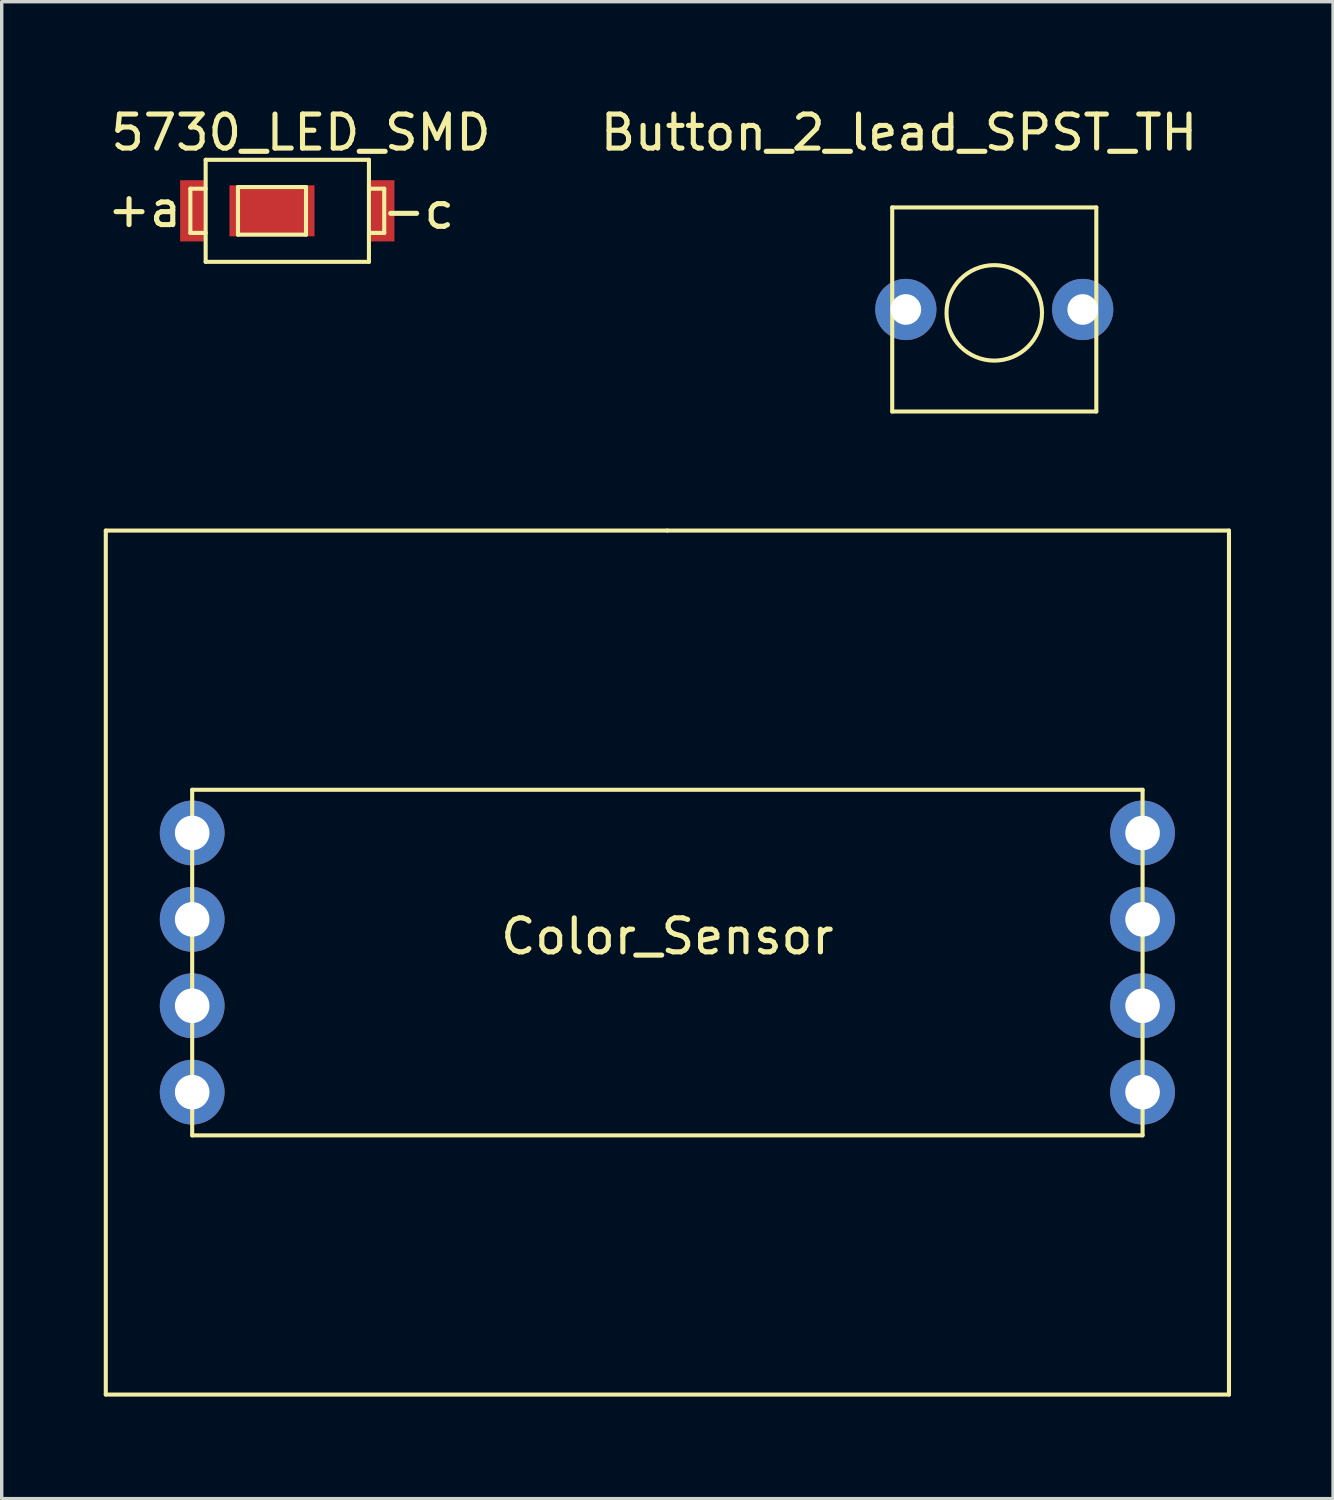
<source format=kicad_pcb>
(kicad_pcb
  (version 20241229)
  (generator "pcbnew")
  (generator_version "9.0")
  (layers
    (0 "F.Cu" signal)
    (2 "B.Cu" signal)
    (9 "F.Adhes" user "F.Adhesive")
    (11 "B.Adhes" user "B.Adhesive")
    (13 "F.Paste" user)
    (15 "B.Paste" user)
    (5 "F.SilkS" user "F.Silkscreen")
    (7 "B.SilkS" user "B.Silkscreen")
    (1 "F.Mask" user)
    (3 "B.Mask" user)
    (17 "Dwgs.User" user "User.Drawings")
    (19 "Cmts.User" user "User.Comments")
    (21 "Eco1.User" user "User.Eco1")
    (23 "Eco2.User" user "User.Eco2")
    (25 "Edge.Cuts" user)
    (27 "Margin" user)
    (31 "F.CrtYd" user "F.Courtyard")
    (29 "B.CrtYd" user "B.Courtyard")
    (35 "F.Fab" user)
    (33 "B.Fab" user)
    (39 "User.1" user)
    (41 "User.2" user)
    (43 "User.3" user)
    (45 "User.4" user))
  (footprint "Color_Sensor"
    (layer "F.Cu")
    (at 16.57 12.548)
    (property "Reference" "Color_Sensor" (at 0 11.93 0) (layer "F.SilkS") (effects (font (size 1 1) (thickness 0.15))))
    (attr through_hole)
    (fp_line (start -16.51 0) (end 0 0) (stroke (width 0.12) (type solid)) (layer "F.SilkS"))
    (fp_line (start -16.51 25.4) (end -16.51 0) (stroke (width 0.12) (type solid)) (layer "F.SilkS"))
    (fp_line (start -13.97 7.62) (end -13.97 17.78) (stroke (width 0.12) (type solid)) (layer "F.SilkS"))
    (fp_line (start -13.97 17.78) (end 13.97 17.78) (stroke (width 0.12) (type solid)) (layer "F.SilkS"))
    (fp_line (start 0 0) (end 16.51 0) (stroke (width 0.12) (type solid)) (layer "F.SilkS"))
    (fp_line (start 13.97 7.62) (end -13.97 7.62) (stroke (width 0.12) (type solid)) (layer "F.SilkS"))
    (fp_line (start 13.97 17.78) (end 13.97 7.62) (stroke (width 0.12) (type solid)) (layer "F.SilkS"))
    (fp_line (start 16.51 0) (end 16.51 25.4) (stroke (width 0.12) (type solid)) (layer "F.SilkS"))
    (fp_line (start 16.51 25.4) (end -16.51 25.4) (stroke (width 0.12) (type solid)) (layer "F.SilkS"))
    (pad "1" thru_hole circle (at -13.97 8.89) (size 1.905 1.905) (drill 1.016) (layers "*.Cu" "*.Mask"))
    (pad "2" thru_hole circle (at -13.97 11.43) (size 1.905 1.905) (drill 1.016) (layers "*.Cu" "*.Mask"))
    (pad "3" thru_hole circle (at -13.97 13.97) (size 1.905 1.905) (drill 1.016) (layers "*.Cu" "*.Mask"))
    (pad "4" thru_hole circle (at -13.97 16.51) (size 1.905 1.905) (drill 1.016) (layers "*.Cu" "*.Mask"))
    (pad "5" thru_hole circle (at 13.97 16.51) (size 1.905 1.905) (drill 1.016) (layers "*.Cu" "*.Mask"))
    (pad "6" thru_hole circle (at 13.97 13.97) (size 1.905 1.905) (drill 1.016) (layers "*.Cu" "*.Mask"))
    (pad "7" thru_hole circle (at 13.97 11.43) (size 1.905 1.905) (drill 1.016) (layers "*.Cu" "*.Mask"))
    (pad "8" thru_hole circle (at 13.97 8.89) (size 1.905 1.905) (drill 1.016) (layers "*.Cu" "*.Mask")))
  (footprint "Button_2_lead_SPST_TH"
    (layer "F.Cu")
    (at 23.18 9.048)
    (property "Reference" "Button_2_lead_SPST_TH" (at 0.2 -8.2 0) (layer "F.SilkS") (effects (font (size 1 1) (thickness 0.15))))
    (attr through_hole)
    (fp_line (start 0 -6) (end 0 0) (stroke (width 0.12) (type solid)) (layer "F.SilkS"))
    (fp_line (start 0 0) (end 6 0) (stroke (width 0.12) (type solid)) (layer "F.SilkS"))
    (fp_line (start 6 -6) (end 0 -6) (stroke (width 0.12) (type solid)) (layer "F.SilkS"))
    (fp_line (start 6 0) (end 6 -6) (stroke (width 0.12) (type solid)) (layer "F.SilkS"))
    (fp_circle (center 3 -2.9) (end 2.9 -4.3) (stroke (width 0.12) (type solid)) (fill no) (layer "F.SilkS"))
    (pad "1" thru_hole circle (at 0.4 -3) (size 1.8 1.8) (drill 0.9) (layers "*.Cu" "*.Mask"))
    (pad "2" thru_hole circle (at 5.6 -3) (size 1.8 1.8) (drill 0.9) (layers "*.Cu" "*.Mask")))
  (footprint "5730_LED_SMD"
    (layer "F.Cu")
    (at 2.546 4.648)
    (property "Reference" "5730_LED_SMD" (at 3.25 -3.8 0) (layer "F.SilkS") (effects (font (size 1 1) (thickness 0.15))))
    (attr through_hole)
    (fp_line (start 0 -2.15) (end 0 -0.85) (stroke (width 0.12) (type solid)) (layer "F.SilkS"))
    (fp_line (start 0 -2.15) (end 0.45 -2.15) (stroke (width 0.12) (type solid)) (layer "F.SilkS"))
    (fp_line (start 0 -0.85) (end 0.45 -0.85) (stroke (width 0.12) (type solid)) (layer "F.SilkS"))
    (fp_line (start 0.45 0) (end 0.45 -3) (stroke (width 0.12) (type solid)) (layer "F.SilkS"))
    (fp_line (start 0.45 0) (end 5.25 0) (stroke (width 0.12) (type solid)) (layer "F.SilkS"))
    (fp_line (start 1.4 -2.2) (end 1.4 -0.8) (stroke (width 0.12) (type solid)) (layer "F.SilkS"))
    (fp_line (start 1.4 -0.8) (end 3.4 -0.8) (stroke (width 0.12) (type solid)) (layer "F.SilkS"))
    (fp_line (start 3.4 -2.2) (end 1.4 -2.2) (stroke (width 0.12) (type solid)) (layer "F.SilkS"))
    (fp_line (start 3.4 -0.8) (end 3.4 -2.2) (stroke (width 0.12) (type solid)) (layer "F.SilkS"))
    (fp_line (start 5.25 -3) (end 0.45 -3) (stroke (width 0.12) (type solid)) (layer "F.SilkS"))
    (fp_line (start 5.25 -2.15) (end 5.7 -2.15) (stroke (width 0.12) (type solid)) (layer "F.SilkS"))
    (fp_line (start 5.25 -0.85) (end 5.7 -0.85) (stroke (width 0.12) (type solid)) (layer "F.SilkS"))
    (fp_line (start 5.25 0) (end 5.25 -3) (stroke (width 0.12) (type solid)) (layer "F.SilkS"))
    (fp_line (start 5.7 -0.85) (end 5.7 -2.15) (stroke (width 0.12) (type solid)) (layer "F.SilkS"))
    (fp_text user "+a" (at -1.35 -1.55 0) (layer "F.SilkS") (effects (font (size 1 1) (thickness 0.15))))
    (fp_text user "-c" (at 6.7 -1.5 0) (layer "F.SilkS") (effects (font (size 1 1) (thickness 0.15))))
    (pad "1" smd rect (at 5.65 -1.5) (size 0.7 1.8) (layers "F.Cu" "F.Mask" "F.Paste"))
    (pad "2" smd rect (at 0.05 -1.5) (size 0.7 1.8) (layers "F.Cu" "F.Mask" "F.Paste"))
    (pad "3" smd rect (at 2.4 -1.5) (size 2.5 1.5) (layers "F.Cu" "F.Mask" "F.Paste")))
  (gr_rect
    (start -3 -3)
    (end 36.14 41.008)
    (stroke (width 0.1) (type default))
    (fill no)
    (layer "Edge.Cuts")))
</source>
